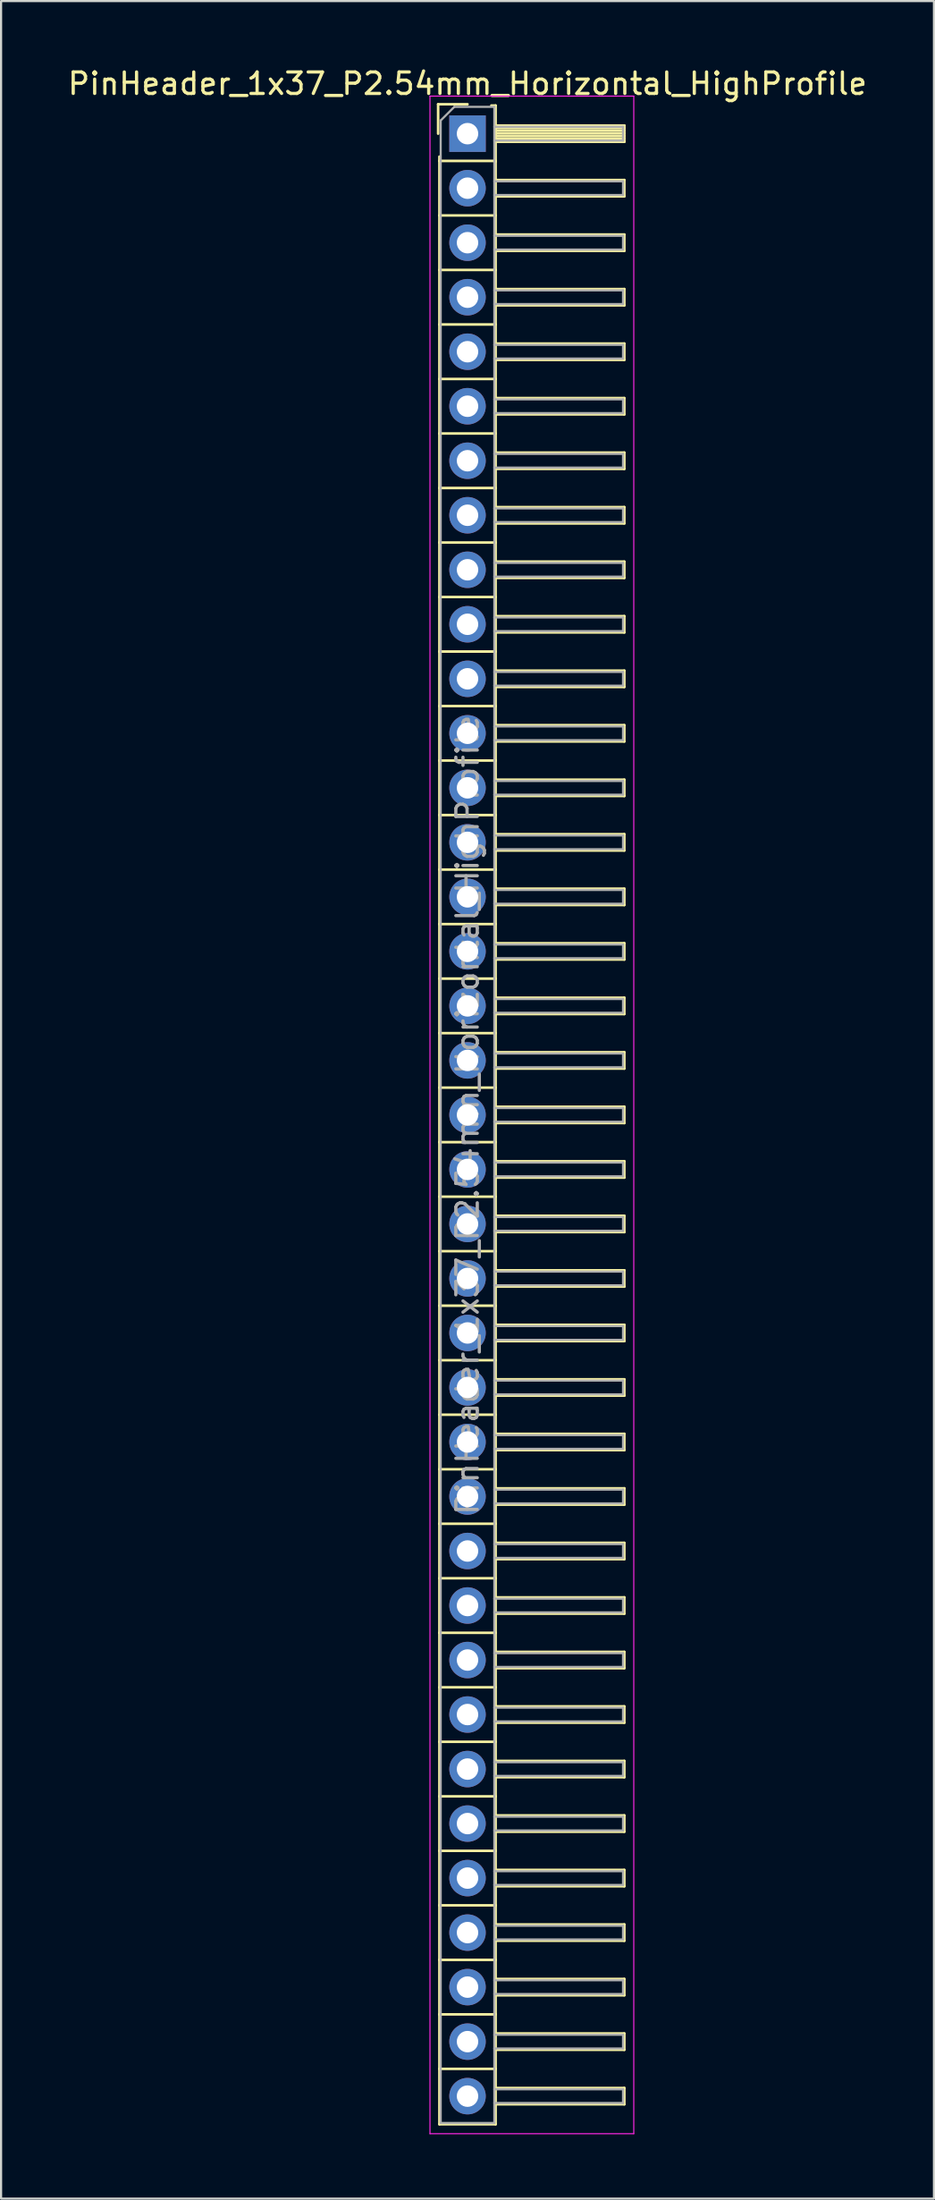
<source format=kicad_pcb>
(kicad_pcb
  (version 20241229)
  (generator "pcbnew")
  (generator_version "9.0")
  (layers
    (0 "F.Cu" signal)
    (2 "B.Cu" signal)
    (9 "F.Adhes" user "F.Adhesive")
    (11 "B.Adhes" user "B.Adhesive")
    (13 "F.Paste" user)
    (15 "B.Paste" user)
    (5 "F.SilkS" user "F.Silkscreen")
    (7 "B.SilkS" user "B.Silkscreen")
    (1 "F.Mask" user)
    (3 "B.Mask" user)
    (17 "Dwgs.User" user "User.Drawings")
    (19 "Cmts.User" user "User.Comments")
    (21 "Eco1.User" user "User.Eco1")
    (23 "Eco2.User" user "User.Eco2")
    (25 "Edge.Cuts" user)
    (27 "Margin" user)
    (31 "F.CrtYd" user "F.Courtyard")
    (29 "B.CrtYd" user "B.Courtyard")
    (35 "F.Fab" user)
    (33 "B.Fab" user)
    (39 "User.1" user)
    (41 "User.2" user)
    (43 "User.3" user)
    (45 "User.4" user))
  (footprint "PinHeader_1x37_P2.54mm_Horizontal_HighProfile"
    (layer "F.Cu")
    (at 18.744 3.178)
    (property "Reference" "PinHeader_1x37_P2.54mm_Horizontal_HighProfile" (at 0 -2.33 0) (layer "F.SilkS") (effects (font (size 1 1) (thickness 0.15))))
    (attr through_hole)
    (fp_line (start -1.37 -1.37) (end -1.37 0) (stroke (width 0.12) (type solid)) (layer "F.SilkS"))
    (fp_line (start -1.37 -1.37) (end 0 -1.37) (stroke (width 0.12) (type solid)) (layer "F.SilkS"))
    (fp_line (start -1.31 1.27) (end -1.31 1.07) (stroke (width 0.12) (type solid)) (layer "F.SilkS"))
    (fp_line (start -1.31 1.27) (end -1.31 3.81) (stroke (width 0.12) (type solid)) (layer "F.SilkS"))
    (fp_line (start -1.31 1.27) (end 1.31 1.27) (stroke (width 0.12) (type solid)) (layer "F.SilkS"))
    (fp_line (start -1.31 3.81) (end -1.31 6.35) (stroke (width 0.12) (type solid)) (layer "F.SilkS"))
    (fp_line (start -1.31 3.81) (end 1.31 3.81) (stroke (width 0.12) (type solid)) (layer "F.SilkS"))
    (fp_line (start -1.31 6.35) (end -1.31 8.89) (stroke (width 0.12) (type solid)) (layer "F.SilkS"))
    (fp_line (start -1.31 6.35) (end 1.31 6.35) (stroke (width 0.12) (type solid)) (layer "F.SilkS"))
    (fp_line (start -1.31 8.89) (end -1.31 11.43) (stroke (width 0.12) (type solid)) (layer "F.SilkS"))
    (fp_line (start -1.31 8.89) (end 1.31 8.89) (stroke (width 0.12) (type solid)) (layer "F.SilkS"))
    (fp_line (start -1.31 11.43) (end -1.31 13.97) (stroke (width 0.12) (type solid)) (layer "F.SilkS"))
    (fp_line (start -1.31 11.43) (end 1.31 11.43) (stroke (width 0.12) (type solid)) (layer "F.SilkS"))
    (fp_line (start -1.31 13.97) (end -1.31 16.51) (stroke (width 0.12) (type solid)) (layer "F.SilkS"))
    (fp_line (start -1.31 13.97) (end 1.31 13.97) (stroke (width 0.12) (type solid)) (layer "F.SilkS"))
    (fp_line (start -1.31 16.51) (end -1.31 19.05) (stroke (width 0.12) (type solid)) (layer "F.SilkS"))
    (fp_line (start -1.31 16.51) (end 1.31 16.51) (stroke (width 0.12) (type solid)) (layer "F.SilkS"))
    (fp_line (start -1.31 19.05) (end -1.31 21.59) (stroke (width 0.12) (type solid)) (layer "F.SilkS"))
    (fp_line (start -1.31 19.05) (end 1.31 19.05) (stroke (width 0.12) (type solid)) (layer "F.SilkS"))
    (fp_line (start -1.31 21.59) (end -1.31 24.13) (stroke (width 0.12) (type solid)) (layer "F.SilkS"))
    (fp_line (start -1.31 21.59) (end 1.31 21.59) (stroke (width 0.12) (type solid)) (layer "F.SilkS"))
    (fp_line (start -1.31 24.13) (end -1.31 26.67) (stroke (width 0.12) (type solid)) (layer "F.SilkS"))
    (fp_line (start -1.31 24.13) (end 1.31 24.13) (stroke (width 0.12) (type solid)) (layer "F.SilkS"))
    (fp_line (start -1.31 26.67) (end -1.31 29.21) (stroke (width 0.12) (type solid)) (layer "F.SilkS"))
    (fp_line (start -1.31 26.67) (end 1.31 26.67) (stroke (width 0.12) (type solid)) (layer "F.SilkS"))
    (fp_line (start -1.31 29.21) (end -1.31 31.75) (stroke (width 0.12) (type solid)) (layer "F.SilkS"))
    (fp_line (start -1.31 29.21) (end 1.31 29.21) (stroke (width 0.12) (type solid)) (layer "F.SilkS"))
    (fp_line (start -1.31 31.75) (end -1.31 34.29) (stroke (width 0.12) (type solid)) (layer "F.SilkS"))
    (fp_line (start -1.31 31.75) (end 1.31 31.75) (stroke (width 0.12) (type solid)) (layer "F.SilkS"))
    (fp_line (start -1.31 34.29) (end -1.31 36.83) (stroke (width 0.12) (type solid)) (layer "F.SilkS"))
    (fp_line (start -1.31 34.29) (end 1.31 34.29) (stroke (width 0.12) (type solid)) (layer "F.SilkS"))
    (fp_line (start -1.31 36.83) (end -1.31 39.37) (stroke (width 0.12) (type solid)) (layer "F.SilkS"))
    (fp_line (start -1.31 36.83) (end 1.31 36.83) (stroke (width 0.12) (type solid)) (layer "F.SilkS"))
    (fp_line (start -1.31 39.37) (end -1.31 41.91) (stroke (width 0.12) (type solid)) (layer "F.SilkS"))
    (fp_line (start -1.31 39.37) (end 1.31 39.37) (stroke (width 0.12) (type solid)) (layer "F.SilkS"))
    (fp_line (start -1.31 41.91) (end -1.31 44.45) (stroke (width 0.12) (type solid)) (layer "F.SilkS"))
    (fp_line (start -1.31 41.91) (end 1.31 41.91) (stroke (width 0.12) (type solid)) (layer "F.SilkS"))
    (fp_line (start -1.31 44.45) (end -1.31 46.99) (stroke (width 0.12) (type solid)) (layer "F.SilkS"))
    (fp_line (start -1.31 44.45) (end 1.31 44.45) (stroke (width 0.12) (type solid)) (layer "F.SilkS"))
    (fp_line (start -1.31 46.99) (end -1.31 49.53) (stroke (width 0.12) (type solid)) (layer "F.SilkS"))
    (fp_line (start -1.31 46.99) (end 1.31 46.99) (stroke (width 0.12) (type solid)) (layer "F.SilkS"))
    (fp_line (start -1.31 49.53) (end -1.31 52.07) (stroke (width 0.12) (type solid)) (layer "F.SilkS"))
    (fp_line (start -1.31 49.53) (end 1.31 49.53) (stroke (width 0.12) (type solid)) (layer "F.SilkS"))
    (fp_line (start -1.31 52.07) (end -1.31 54.61) (stroke (width 0.12) (type solid)) (layer "F.SilkS"))
    (fp_line (start -1.31 52.07) (end 1.31 52.07) (stroke (width 0.12) (type solid)) (layer "F.SilkS"))
    (fp_line (start -1.31 54.61) (end -1.31 57.15) (stroke (width 0.12) (type solid)) (layer "F.SilkS"))
    (fp_line (start -1.31 54.61) (end 1.31 54.61) (stroke (width 0.12) (type solid)) (layer "F.SilkS"))
    (fp_line (start -1.31 57.15) (end -1.31 59.69) (stroke (width 0.12) (type solid)) (layer "F.SilkS"))
    (fp_line (start -1.31 57.15) (end 1.31 57.15) (stroke (width 0.12) (type solid)) (layer "F.SilkS"))
    (fp_line (start -1.31 59.69) (end -1.31 62.23) (stroke (width 0.12) (type solid)) (layer "F.SilkS"))
    (fp_line (start -1.31 59.69) (end 1.31 59.69) (stroke (width 0.12) (type solid)) (layer "F.SilkS"))
    (fp_line (start -1.31 62.23) (end -1.31 64.77) (stroke (width 0.12) (type solid)) (layer "F.SilkS"))
    (fp_line (start -1.31 62.23) (end 1.31 62.23) (stroke (width 0.12) (type solid)) (layer "F.SilkS"))
    (fp_line (start -1.31 64.77) (end -1.31 67.31) (stroke (width 0.12) (type solid)) (layer "F.SilkS"))
    (fp_line (start -1.31 64.77) (end 1.31 64.77) (stroke (width 0.12) (type solid)) (layer "F.SilkS"))
    (fp_line (start -1.31 67.31) (end -1.31 69.85) (stroke (width 0.12) (type solid)) (layer "F.SilkS"))
    (fp_line (start -1.31 67.31) (end 1.31 67.31) (stroke (width 0.12) (type solid)) (layer "F.SilkS"))
    (fp_line (start -1.31 69.85) (end -1.31 72.39) (stroke (width 0.12) (type solid)) (layer "F.SilkS"))
    (fp_line (start -1.31 69.85) (end 1.31 69.85) (stroke (width 0.12) (type solid)) (layer "F.SilkS"))
    (fp_line (start -1.31 72.39) (end -1.31 74.93) (stroke (width 0.12) (type solid)) (layer "F.SilkS"))
    (fp_line (start -1.31 72.39) (end 1.31 72.39) (stroke (width 0.12) (type solid)) (layer "F.SilkS"))
    (fp_line (start -1.31 74.93) (end -1.31 77.47) (stroke (width 0.12) (type solid)) (layer "F.SilkS"))
    (fp_line (start -1.31 74.93) (end 1.31 74.93) (stroke (width 0.12) (type solid)) (layer "F.SilkS"))
    (fp_line (start -1.31 77.47) (end -1.31 80.01) (stroke (width 0.12) (type solid)) (layer "F.SilkS"))
    (fp_line (start -1.31 77.47) (end 1.31 77.47) (stroke (width 0.12) (type solid)) (layer "F.SilkS"))
    (fp_line (start -1.31 80.01) (end -1.31 82.55) (stroke (width 0.12) (type solid)) (layer "F.SilkS"))
    (fp_line (start -1.31 80.01) (end 1.31 80.01) (stroke (width 0.12) (type solid)) (layer "F.SilkS"))
    (fp_line (start -1.31 82.55) (end -1.31 85.09) (stroke (width 0.12) (type solid)) (layer "F.SilkS"))
    (fp_line (start -1.31 82.55) (end 1.31 82.55) (stroke (width 0.12) (type solid)) (layer "F.SilkS"))
    (fp_line (start -1.31 85.09) (end -1.31 87.63) (stroke (width 0.12) (type solid)) (layer "F.SilkS"))
    (fp_line (start -1.31 85.09) (end 1.31 85.09) (stroke (width 0.12) (type solid)) (layer "F.SilkS"))
    (fp_line (start -1.31 87.63) (end -1.31 90.17) (stroke (width 0.12) (type solid)) (layer "F.SilkS"))
    (fp_line (start -1.31 87.63) (end 1.31 87.63) (stroke (width 0.12) (type solid)) (layer "F.SilkS"))
    (fp_line (start -1.31 90.17) (end -1.31 92.75) (stroke (width 0.12) (type solid)) (layer "F.SilkS"))
    (fp_line (start -1.31 90.17) (end 1.31 90.17) (stroke (width 0.12) (type solid)) (layer "F.SilkS"))
    (fp_line (start -1.31 92.75) (end 1.31 92.75) (stroke (width 0.12) (type solid)) (layer "F.SilkS"))
    (fp_line (start 1.11 -1.31) (end 1.31 -1.31) (stroke (width 0.12) (type solid)) (layer "F.SilkS"))
    (fp_line (start 1.31 -1.31) (end 1.31 1.31) (stroke (width 0.12) (type solid)) (layer "F.SilkS"))
    (fp_line (start 1.31 -0.38) (end 7.31 -0.38) (stroke (width 0.12) (type solid)) (layer "F.SilkS"))
    (fp_line (start 1.31 -0.26) (end 7.31 -0.26) (stroke (width 0.12) (type solid)) (layer "F.SilkS"))
    (fp_line (start 1.31 -0.14) (end 7.31 -0.14) (stroke (width 0.12) (type solid)) (layer "F.SilkS"))
    (fp_line (start 1.31 -0.02) (end 7.31 -0.02) (stroke (width 0.12) (type solid)) (layer "F.SilkS"))
    (fp_line (start 1.31 0.1) (end 7.31 0.1) (stroke (width 0.12) (type solid)) (layer "F.SilkS"))
    (fp_line (start 1.31 0.22) (end 7.31 0.22) (stroke (width 0.12) (type solid)) (layer "F.SilkS"))
    (fp_line (start 1.31 0.34) (end 7.31 0.34) (stroke (width 0.12) (type solid)) (layer "F.SilkS"))
    (fp_line (start 1.31 0.38) (end 7.31 0.38) (stroke (width 0.12) (type solid)) (layer "F.SilkS"))
    (fp_line (start 1.31 1.27) (end 1.31 3.81) (stroke (width 0.12) (type solid)) (layer "F.SilkS"))
    (fp_line (start 1.31 2.16) (end 7.31 2.16) (stroke (width 0.12) (type solid)) (layer "F.SilkS"))
    (fp_line (start 1.31 2.92) (end 7.31 2.92) (stroke (width 0.12) (type solid)) (layer "F.SilkS"))
    (fp_line (start 1.31 3.81) (end 1.31 6.35) (stroke (width 0.12) (type solid)) (layer "F.SilkS"))
    (fp_line (start 1.31 4.7) (end 7.31 4.7) (stroke (width 0.12) (type solid)) (layer "F.SilkS"))
    (fp_line (start 1.31 5.46) (end 7.31 5.46) (stroke (width 0.12) (type solid)) (layer "F.SilkS"))
    (fp_line (start 1.31 6.35) (end 1.31 8.89) (stroke (width 0.12) (type solid)) (layer "F.SilkS"))
    (fp_line (start 1.31 7.24) (end 7.31 7.24) (stroke (width 0.12) (type solid)) (layer "F.SilkS"))
    (fp_line (start 1.31 8) (end 7.31 8) (stroke (width 0.12) (type solid)) (layer "F.SilkS"))
    (fp_line (start 1.31 8.89) (end 1.31 11.43) (stroke (width 0.12) (type solid)) (layer "F.SilkS"))
    (fp_line (start 1.31 9.78) (end 7.31 9.78) (stroke (width 0.12) (type solid)) (layer "F.SilkS"))
    (fp_line (start 1.31 10.54) (end 7.31 10.54) (stroke (width 0.12) (type solid)) (layer "F.SilkS"))
    (fp_line (start 1.31 11.43) (end 1.31 13.97) (stroke (width 0.12) (type solid)) (layer "F.SilkS"))
    (fp_line (start 1.31 12.32) (end 7.31 12.32) (stroke (width 0.12) (type solid)) (layer "F.SilkS"))
    (fp_line (start 1.31 13.08) (end 7.31 13.08) (stroke (width 0.12) (type solid)) (layer "F.SilkS"))
    (fp_line (start 1.31 13.97) (end 1.31 16.51) (stroke (width 0.12) (type solid)) (layer "F.SilkS"))
    (fp_line (start 1.31 14.86) (end 7.31 14.86) (stroke (width 0.12) (type solid)) (layer "F.SilkS"))
    (fp_line (start 1.31 15.62) (end 7.31 15.62) (stroke (width 0.12) (type solid)) (layer "F.SilkS"))
    (fp_line (start 1.31 16.51) (end 1.31 19.05) (stroke (width 0.12) (type solid)) (layer "F.SilkS"))
    (fp_line (start 1.31 17.4) (end 7.31 17.4) (stroke (width 0.12) (type solid)) (layer "F.SilkS"))
    (fp_line (start 1.31 18.16) (end 7.31 18.16) (stroke (width 0.12) (type solid)) (layer "F.SilkS"))
    (fp_line (start 1.31 19.05) (end 1.31 21.59) (stroke (width 0.12) (type solid)) (layer "F.SilkS"))
    (fp_line (start 1.31 19.94) (end 7.31 19.94) (stroke (width 0.12) (type solid)) (layer "F.SilkS"))
    (fp_line (start 1.31 20.7) (end 7.31 20.7) (stroke (width 0.12) (type solid)) (layer "F.SilkS"))
    (fp_line (start 1.31 21.59) (end 1.31 24.13) (stroke (width 0.12) (type solid)) (layer "F.SilkS"))
    (fp_line (start 1.31 22.48) (end 7.31 22.48) (stroke (width 0.12) (type solid)) (layer "F.SilkS"))
    (fp_line (start 1.31 23.24) (end 7.31 23.24) (stroke (width 0.12) (type solid)) (layer "F.SilkS"))
    (fp_line (start 1.31 24.13) (end 1.31 26.67) (stroke (width 0.12) (type solid)) (layer "F.SilkS"))
    (fp_line (start 1.31 25.02) (end 7.31 25.02) (stroke (width 0.12) (type solid)) (layer "F.SilkS"))
    (fp_line (start 1.31 25.78) (end 7.31 25.78) (stroke (width 0.12) (type solid)) (layer "F.SilkS"))
    (fp_line (start 1.31 26.67) (end 1.31 29.21) (stroke (width 0.12) (type solid)) (layer "F.SilkS"))
    (fp_line (start 1.31 27.56) (end 7.31 27.56) (stroke (width 0.12) (type solid)) (layer "F.SilkS"))
    (fp_line (start 1.31 28.32) (end 7.31 28.32) (stroke (width 0.12) (type solid)) (layer "F.SilkS"))
    (fp_line (start 1.31 29.21) (end 1.31 31.75) (stroke (width 0.12) (type solid)) (layer "F.SilkS"))
    (fp_line (start 1.31 30.1) (end 7.31 30.1) (stroke (width 0.12) (type solid)) (layer "F.SilkS"))
    (fp_line (start 1.31 30.86) (end 7.31 30.86) (stroke (width 0.12) (type solid)) (layer "F.SilkS"))
    (fp_line (start 1.31 31.75) (end 1.31 34.29) (stroke (width 0.12) (type solid)) (layer "F.SilkS"))
    (fp_line (start 1.31 32.64) (end 7.31 32.64) (stroke (width 0.12) (type solid)) (layer "F.SilkS"))
    (fp_line (start 1.31 33.4) (end 7.31 33.4) (stroke (width 0.12) (type solid)) (layer "F.SilkS"))
    (fp_line (start 1.31 34.29) (end 1.31 36.83) (stroke (width 0.12) (type solid)) (layer "F.SilkS"))
    (fp_line (start 1.31 35.18) (end 7.31 35.18) (stroke (width 0.12) (type solid)) (layer "F.SilkS"))
    (fp_line (start 1.31 35.94) (end 7.31 35.94) (stroke (width 0.12) (type solid)) (layer "F.SilkS"))
    (fp_line (start 1.31 36.83) (end 1.31 39.37) (stroke (width 0.12) (type solid)) (layer "F.SilkS"))
    (fp_line (start 1.31 37.72) (end 7.31 37.72) (stroke (width 0.12) (type solid)) (layer "F.SilkS"))
    (fp_line (start 1.31 38.48) (end 7.31 38.48) (stroke (width 0.12) (type solid)) (layer "F.SilkS"))
    (fp_line (start 1.31 39.37) (end 1.31 41.91) (stroke (width 0.12) (type solid)) (layer "F.SilkS"))
    (fp_line (start 1.31 40.26) (end 7.31 40.26) (stroke (width 0.12) (type solid)) (layer "F.SilkS"))
    (fp_line (start 1.31 41.02) (end 7.31 41.02) (stroke (width 0.12) (type solid)) (layer "F.SilkS"))
    (fp_line (start 1.31 41.91) (end 1.31 44.45) (stroke (width 0.12) (type solid)) (layer "F.SilkS"))
    (fp_line (start 1.31 42.8) (end 7.31 42.8) (stroke (width 0.12) (type solid)) (layer "F.SilkS"))
    (fp_line (start 1.31 43.56) (end 7.31 43.56) (stroke (width 0.12) (type solid)) (layer "F.SilkS"))
    (fp_line (start 1.31 44.45) (end 1.31 46.99) (stroke (width 0.12) (type solid)) (layer "F.SilkS"))
    (fp_line (start 1.31 45.34) (end 7.31 45.34) (stroke (width 0.12) (type solid)) (layer "F.SilkS"))
    (fp_line (start 1.31 46.1) (end 7.31 46.1) (stroke (width 0.12) (type solid)) (layer "F.SilkS"))
    (fp_line (start 1.31 46.99) (end 1.31 49.53) (stroke (width 0.12) (type solid)) (layer "F.SilkS"))
    (fp_line (start 1.31 47.88) (end 7.31 47.88) (stroke (width 0.12) (type solid)) (layer "F.SilkS"))
    (fp_line (start 1.31 48.64) (end 7.31 48.64) (stroke (width 0.12) (type solid)) (layer "F.SilkS"))
    (fp_line (start 1.31 49.53) (end 1.31 52.07) (stroke (width 0.12) (type solid)) (layer "F.SilkS"))
    (fp_line (start 1.31 50.42) (end 7.31 50.42) (stroke (width 0.12) (type solid)) (layer "F.SilkS"))
    (fp_line (start 1.31 51.18) (end 7.31 51.18) (stroke (width 0.12) (type solid)) (layer "F.SilkS"))
    (fp_line (start 1.31 52.07) (end 1.31 54.61) (stroke (width 0.12) (type solid)) (layer "F.SilkS"))
    (fp_line (start 1.31 52.96) (end 7.31 52.96) (stroke (width 0.12) (type solid)) (layer "F.SilkS"))
    (fp_line (start 1.31 53.72) (end 7.31 53.72) (stroke (width 0.12) (type solid)) (layer "F.SilkS"))
    (fp_line (start 1.31 54.61) (end 1.31 57.15) (stroke (width 0.12) (type solid)) (layer "F.SilkS"))
    (fp_line (start 1.31 55.5) (end 7.31 55.5) (stroke (width 0.12) (type solid)) (layer "F.SilkS"))
    (fp_line (start 1.31 56.26) (end 7.31 56.26) (stroke (width 0.12) (type solid)) (layer "F.SilkS"))
    (fp_line (start 1.31 57.15) (end 1.31 59.69) (stroke (width 0.12) (type solid)) (layer "F.SilkS"))
    (fp_line (start 1.31 58.04) (end 7.31 58.04) (stroke (width 0.12) (type solid)) (layer "F.SilkS"))
    (fp_line (start 1.31 58.8) (end 7.31 58.8) (stroke (width 0.12) (type solid)) (layer "F.SilkS"))
    (fp_line (start 1.31 59.69) (end 1.31 62.23) (stroke (width 0.12) (type solid)) (layer "F.SilkS"))
    (fp_line (start 1.31 60.58) (end 7.31 60.58) (stroke (width 0.12) (type solid)) (layer "F.SilkS"))
    (fp_line (start 1.31 61.34) (end 7.31 61.34) (stroke (width 0.12) (type solid)) (layer "F.SilkS"))
    (fp_line (start 1.31 62.23) (end 1.31 64.77) (stroke (width 0.12) (type solid)) (layer "F.SilkS"))
    (fp_line (start 1.31 63.12) (end 7.31 63.12) (stroke (width 0.12) (type solid)) (layer "F.SilkS"))
    (fp_line (start 1.31 63.88) (end 7.31 63.88) (stroke (width 0.12) (type solid)) (layer "F.SilkS"))
    (fp_line (start 1.31 64.77) (end 1.31 67.31) (stroke (width 0.12) (type solid)) (layer "F.SilkS"))
    (fp_line (start 1.31 65.66) (end 7.31 65.66) (stroke (width 0.12) (type solid)) (layer "F.SilkS"))
    (fp_line (start 1.31 66.42) (end 7.31 66.42) (stroke (width 0.12) (type solid)) (layer "F.SilkS"))
    (fp_line (start 1.31 67.31) (end 1.31 69.85) (stroke (width 0.12) (type solid)) (layer "F.SilkS"))
    (fp_line (start 1.31 68.2) (end 7.31 68.2) (stroke (width 0.12) (type solid)) (layer "F.SilkS"))
    (fp_line (start 1.31 68.96) (end 7.31 68.96) (stroke (width 0.12) (type solid)) (layer "F.SilkS"))
    (fp_line (start 1.31 69.85) (end 1.31 72.39) (stroke (width 0.12) (type solid)) (layer "F.SilkS"))
    (fp_line (start 1.31 70.74) (end 7.31 70.74) (stroke (width 0.12) (type solid)) (layer "F.SilkS"))
    (fp_line (start 1.31 71.5) (end 7.31 71.5) (stroke (width 0.12) (type solid)) (layer "F.SilkS"))
    (fp_line (start 1.31 72.39) (end 1.31 74.93) (stroke (width 0.12) (type solid)) (layer "F.SilkS"))
    (fp_line (start 1.31 73.28) (end 7.31 73.28) (stroke (width 0.12) (type solid)) (layer "F.SilkS"))
    (fp_line (start 1.31 74.04) (end 7.31 74.04) (stroke (width 0.12) (type solid)) (layer "F.SilkS"))
    (fp_line (start 1.31 74.93) (end 1.31 77.47) (stroke (width 0.12) (type solid)) (layer "F.SilkS"))
    (fp_line (start 1.31 75.82) (end 7.31 75.82) (stroke (width 0.12) (type solid)) (layer "F.SilkS"))
    (fp_line (start 1.31 76.58) (end 7.31 76.58) (stroke (width 0.12) (type solid)) (layer "F.SilkS"))
    (fp_line (start 1.31 77.47) (end 1.31 80.01) (stroke (width 0.12) (type solid)) (layer "F.SilkS"))
    (fp_line (start 1.31 78.36) (end 7.31 78.36) (stroke (width 0.12) (type solid)) (layer "F.SilkS"))
    (fp_line (start 1.31 79.12) (end 7.31 79.12) (stroke (width 0.12) (type solid)) (layer "F.SilkS"))
    (fp_line (start 1.31 80.01) (end 1.31 82.55) (stroke (width 0.12) (type solid)) (layer "F.SilkS"))
    (fp_line (start 1.31 80.9) (end 7.31 80.9) (stroke (width 0.12) (type solid)) (layer "F.SilkS"))
    (fp_line (start 1.31 81.66) (end 7.31 81.66) (stroke (width 0.12) (type solid)) (layer "F.SilkS"))
    (fp_line (start 1.31 82.55) (end 1.31 85.09) (stroke (width 0.12) (type solid)) (layer "F.SilkS"))
    (fp_line (start 1.31 83.44) (end 7.31 83.44) (stroke (width 0.12) (type solid)) (layer "F.SilkS"))
    (fp_line (start 1.31 84.2) (end 7.31 84.2) (stroke (width 0.12) (type solid)) (layer "F.SilkS"))
    (fp_line (start 1.31 85.09) (end 1.31 87.63) (stroke (width 0.12) (type solid)) (layer "F.SilkS"))
    (fp_line (start 1.31 85.98) (end 7.31 85.98) (stroke (width 0.12) (type solid)) (layer "F.SilkS"))
    (fp_line (start 1.31 86.74) (end 7.31 86.74) (stroke (width 0.12) (type solid)) (layer "F.SilkS"))
    (fp_line (start 1.31 87.63) (end 1.31 90.17) (stroke (width 0.12) (type solid)) (layer "F.SilkS"))
    (fp_line (start 1.31 88.52) (end 7.31 88.52) (stroke (width 0.12) (type solid)) (layer "F.SilkS"))
    (fp_line (start 1.31 89.28) (end 7.31 89.28) (stroke (width 0.12) (type solid)) (layer "F.SilkS"))
    (fp_line (start 1.31 90.17) (end 1.31 92.75) (stroke (width 0.12) (type solid)) (layer "F.SilkS"))
    (fp_line (start 1.31 91.06) (end 7.31 91.06) (stroke (width 0.12) (type solid)) (layer "F.SilkS"))
    (fp_line (start 1.31 91.82) (end 7.31 91.82) (stroke (width 0.12) (type solid)) (layer "F.SilkS"))
    (fp_line (start 7.31 -0.38) (end 7.31 0.38) (stroke (width 0.12) (type solid)) (layer "F.SilkS"))
    (fp_line (start 7.31 2.16) (end 7.31 2.92) (stroke (width 0.12) (type solid)) (layer "F.SilkS"))
    (fp_line (start 7.31 4.7) (end 7.31 5.46) (stroke (width 0.12) (type solid)) (layer "F.SilkS"))
    (fp_line (start 7.31 7.24) (end 7.31 8) (stroke (width 0.12) (type solid)) (layer "F.SilkS"))
    (fp_line (start 7.31 9.78) (end 7.31 10.54) (stroke (width 0.12) (type solid)) (layer "F.SilkS"))
    (fp_line (start 7.31 12.32) (end 7.31 13.08) (stroke (width 0.12) (type solid)) (layer "F.SilkS"))
    (fp_line (start 7.31 14.86) (end 7.31 15.62) (stroke (width 0.12) (type solid)) (layer "F.SilkS"))
    (fp_line (start 7.31 17.4) (end 7.31 18.16) (stroke (width 0.12) (type solid)) (layer "F.SilkS"))
    (fp_line (start 7.31 19.94) (end 7.31 20.7) (stroke (width 0.12) (type solid)) (layer "F.SilkS"))
    (fp_line (start 7.31 22.48) (end 7.31 23.24) (stroke (width 0.12) (type solid)) (layer "F.SilkS"))
    (fp_line (start 7.31 25.02) (end 7.31 25.78) (stroke (width 0.12) (type solid)) (layer "F.SilkS"))
    (fp_line (start 7.31 27.56) (end 7.31 28.32) (stroke (width 0.12) (type solid)) (layer "F.SilkS"))
    (fp_line (start 7.31 30.1) (end 7.31 30.86) (stroke (width 0.12) (type solid)) (layer "F.SilkS"))
    (fp_line (start 7.31 32.64) (end 7.31 33.4) (stroke (width 0.12) (type solid)) (layer "F.SilkS"))
    (fp_line (start 7.31 35.18) (end 7.31 35.94) (stroke (width 0.12) (type solid)) (layer "F.SilkS"))
    (fp_line (start 7.31 37.72) (end 7.31 38.48) (stroke (width 0.12) (type solid)) (layer "F.SilkS"))
    (fp_line (start 7.31 40.26) (end 7.31 41.02) (stroke (width 0.12) (type solid)) (layer "F.SilkS"))
    (fp_line (start 7.31 42.8) (end 7.31 43.56) (stroke (width 0.12) (type solid)) (layer "F.SilkS"))
    (fp_line (start 7.31 45.34) (end 7.31 46.1) (stroke (width 0.12) (type solid)) (layer "F.SilkS"))
    (fp_line (start 7.31 47.88) (end 7.31 48.64) (stroke (width 0.12) (type solid)) (layer "F.SilkS"))
    (fp_line (start 7.31 50.42) (end 7.31 51.18) (stroke (width 0.12) (type solid)) (layer "F.SilkS"))
    (fp_line (start 7.31 52.96) (end 7.31 53.72) (stroke (width 0.12) (type solid)) (layer "F.SilkS"))
    (fp_line (start 7.31 55.5) (end 7.31 56.26) (stroke (width 0.12) (type solid)) (layer "F.SilkS"))
    (fp_line (start 7.31 58.04) (end 7.31 58.8) (stroke (width 0.12) (type solid)) (layer "F.SilkS"))
    (fp_line (start 7.31 60.58) (end 7.31 61.34) (stroke (width 0.12) (type solid)) (layer "F.SilkS"))
    (fp_line (start 7.31 63.12) (end 7.31 63.88) (stroke (width 0.12) (type solid)) (layer "F.SilkS"))
    (fp_line (start 7.31 65.66) (end 7.31 66.42) (stroke (width 0.12) (type solid)) (layer "F.SilkS"))
    (fp_line (start 7.31 68.2) (end 7.31 68.96) (stroke (width 0.12) (type solid)) (layer "F.SilkS"))
    (fp_line (start 7.31 70.74) (end 7.31 71.5) (stroke (width 0.12) (type solid)) (layer "F.SilkS"))
    (fp_line (start 7.31 73.28) (end 7.31 74.04) (stroke (width 0.12) (type solid)) (layer "F.SilkS"))
    (fp_line (start 7.31 75.82) (end 7.31 76.58) (stroke (width 0.12) (type solid)) (layer "F.SilkS"))
    (fp_line (start 7.31 78.36) (end 7.31 79.12) (stroke (width 0.12) (type solid)) (layer "F.SilkS"))
    (fp_line (start 7.31 80.9) (end 7.31 81.66) (stroke (width 0.12) (type solid)) (layer "F.SilkS"))
    (fp_line (start 7.31 83.44) (end 7.31 84.2) (stroke (width 0.12) (type solid)) (layer "F.SilkS"))
    (fp_line (start 7.31 85.98) (end 7.31 86.74) (stroke (width 0.12) (type solid)) (layer "F.SilkS"))
    (fp_line (start 7.31 88.52) (end 7.31 89.28) (stroke (width 0.12) (type solid)) (layer "F.SilkS"))
    (fp_line (start 7.31 91.06) (end 7.31 91.82) (stroke (width 0.12) (type solid)) (layer "F.SilkS"))
    (fp_line (start -1.75 -1.75) (end -1.75 93.19) (stroke (width 0.05) (type solid)) (layer "F.CrtYd"))
    (fp_line (start -1.75 -1.75) (end 7.75 -1.75) (stroke (width 0.05) (type solid)) (layer "F.CrtYd"))
    (fp_line (start -1.75 93.19) (end 7.75 93.19) (stroke (width 0.05) (type solid)) (layer "F.CrtYd"))
    (fp_line (start 7.75 -1.75) (end 7.75 93.19) (stroke (width 0.05) (type solid)) (layer "F.CrtYd"))
    (fp_line (start -1.25 -0.615) (end -1.25 92.69) (stroke (width 0.1) (type solid)) (layer "F.Fab"))
    (fp_line (start -1.25 -0.615) (end -0.615 -1.25) (stroke (width 0.1) (type solid)) (layer "F.Fab"))
    (fp_line (start -1.25 92.69) (end 1.25 92.69) (stroke (width 0.1) (type solid)) (layer "F.Fab"))
    (fp_line (start -0.615 -1.25) (end 1.25 -1.25) (stroke (width 0.1) (type solid)) (layer "F.Fab"))
    (fp_line (start 1.25 -1.25) (end 1.25 92.69) (stroke (width 0.1) (type solid)) (layer "F.Fab"))
    (fp_line (start 1.25 -0.32) (end 7.25 -0.32) (stroke (width 0.1) (type solid)) (layer "F.Fab"))
    (fp_line (start 1.25 0.32) (end 7.25 0.32) (stroke (width 0.1) (type solid)) (layer "F.Fab"))
    (fp_line (start 1.25 2.22) (end 7.25 2.22) (stroke (width 0.1) (type solid)) (layer "F.Fab"))
    (fp_line (start 1.25 2.86) (end 7.25 2.86) (stroke (width 0.1) (type solid)) (layer "F.Fab"))
    (fp_line (start 1.25 4.76) (end 7.25 4.76) (stroke (width 0.1) (type solid)) (layer "F.Fab"))
    (fp_line (start 1.25 5.4) (end 7.25 5.4) (stroke (width 0.1) (type solid)) (layer "F.Fab"))
    (fp_line (start 1.25 7.3) (end 7.25 7.3) (stroke (width 0.1) (type solid)) (layer "F.Fab"))
    (fp_line (start 1.25 7.94) (end 7.25 7.94) (stroke (width 0.1) (type solid)) (layer "F.Fab"))
    (fp_line (start 1.25 9.84) (end 7.25 9.84) (stroke (width 0.1) (type solid)) (layer "F.Fab"))
    (fp_line (start 1.25 10.48) (end 7.25 10.48) (stroke (width 0.1) (type solid)) (layer "F.Fab"))
    (fp_line (start 1.25 12.38) (end 7.25 12.38) (stroke (width 0.1) (type solid)) (layer "F.Fab"))
    (fp_line (start 1.25 13.02) (end 7.25 13.02) (stroke (width 0.1) (type solid)) (layer "F.Fab"))
    (fp_line (start 1.25 14.92) (end 7.25 14.92) (stroke (width 0.1) (type solid)) (layer "F.Fab"))
    (fp_line (start 1.25 15.56) (end 7.25 15.56) (stroke (width 0.1) (type solid)) (layer "F.Fab"))
    (fp_line (start 1.25 17.46) (end 7.25 17.46) (stroke (width 0.1) (type solid)) (layer "F.Fab"))
    (fp_line (start 1.25 18.1) (end 7.25 18.1) (stroke (width 0.1) (type solid)) (layer "F.Fab"))
    (fp_line (start 1.25 20) (end 7.25 20) (stroke (width 0.1) (type solid)) (layer "F.Fab"))
    (fp_line (start 1.25 20.64) (end 7.25 20.64) (stroke (width 0.1) (type solid)) (layer "F.Fab"))
    (fp_line (start 1.25 22.54) (end 7.25 22.54) (stroke (width 0.1) (type solid)) (layer "F.Fab"))
    (fp_line (start 1.25 23.18) (end 7.25 23.18) (stroke (width 0.1) (type solid)) (layer "F.Fab"))
    (fp_line (start 1.25 25.08) (end 7.25 25.08) (stroke (width 0.1) (type solid)) (layer "F.Fab"))
    (fp_line (start 1.25 25.72) (end 7.25 25.72) (stroke (width 0.1) (type solid)) (layer "F.Fab"))
    (fp_line (start 1.25 27.62) (end 7.25 27.62) (stroke (width 0.1) (type solid)) (layer "F.Fab"))
    (fp_line (start 1.25 28.26) (end 7.25 28.26) (stroke (width 0.1) (type solid)) (layer "F.Fab"))
    (fp_line (start 1.25 30.16) (end 7.25 30.16) (stroke (width 0.1) (type solid)) (layer "F.Fab"))
    (fp_line (start 1.25 30.8) (end 7.25 30.8) (stroke (width 0.1) (type solid)) (layer "F.Fab"))
    (fp_line (start 1.25 32.7) (end 7.25 32.7) (stroke (width 0.1) (type solid)) (layer "F.Fab"))
    (fp_line (start 1.25 33.34) (end 7.25 33.34) (stroke (width 0.1) (type solid)) (layer "F.Fab"))
    (fp_line (start 1.25 35.24) (end 7.25 35.24) (stroke (width 0.1) (type solid)) (layer "F.Fab"))
    (fp_line (start 1.25 35.88) (end 7.25 35.88) (stroke (width 0.1) (type solid)) (layer "F.Fab"))
    (fp_line (start 1.25 37.78) (end 7.25 37.78) (stroke (width 0.1) (type solid)) (layer "F.Fab"))
    (fp_line (start 1.25 38.42) (end 7.25 38.42) (stroke (width 0.1) (type solid)) (layer "F.Fab"))
    (fp_line (start 1.25 40.32) (end 7.25 40.32) (stroke (width 0.1) (type solid)) (layer "F.Fab"))
    (fp_line (start 1.25 40.96) (end 7.25 40.96) (stroke (width 0.1) (type solid)) (layer "F.Fab"))
    (fp_line (start 1.25 42.86) (end 7.25 42.86) (stroke (width 0.1) (type solid)) (layer "F.Fab"))
    (fp_line (start 1.25 43.5) (end 7.25 43.5) (stroke (width 0.1) (type solid)) (layer "F.Fab"))
    (fp_line (start 1.25 45.4) (end 7.25 45.4) (stroke (width 0.1) (type solid)) (layer "F.Fab"))
    (fp_line (start 1.25 46.04) (end 7.25 46.04) (stroke (width 0.1) (type solid)) (layer "F.Fab"))
    (fp_line (start 1.25 47.94) (end 7.25 47.94) (stroke (width 0.1) (type solid)) (layer "F.Fab"))
    (fp_line (start 1.25 48.58) (end 7.25 48.58) (stroke (width 0.1) (type solid)) (layer "F.Fab"))
    (fp_line (start 1.25 50.48) (end 7.25 50.48) (stroke (width 0.1) (type solid)) (layer "F.Fab"))
    (fp_line (start 1.25 51.12) (end 7.25 51.12) (stroke (width 0.1) (type solid)) (layer "F.Fab"))
    (fp_line (start 1.25 53.02) (end 7.25 53.02) (stroke (width 0.1) (type solid)) (layer "F.Fab"))
    (fp_line (start 1.25 53.66) (end 7.25 53.66) (stroke (width 0.1) (type solid)) (layer "F.Fab"))
    (fp_line (start 1.25 55.56) (end 7.25 55.56) (stroke (width 0.1) (type solid)) (layer "F.Fab"))
    (fp_line (start 1.25 56.2) (end 7.25 56.2) (stroke (width 0.1) (type solid)) (layer "F.Fab"))
    (fp_line (start 1.25 58.1) (end 7.25 58.1) (stroke (width 0.1) (type solid)) (layer "F.Fab"))
    (fp_line (start 1.25 58.74) (end 7.25 58.74) (stroke (width 0.1) (type solid)) (layer "F.Fab"))
    (fp_line (start 1.25 60.64) (end 7.25 60.64) (stroke (width 0.1) (type solid)) (layer "F.Fab"))
    (fp_line (start 1.25 61.28) (end 7.25 61.28) (stroke (width 0.1) (type solid)) (layer "F.Fab"))
    (fp_line (start 1.25 63.18) (end 7.25 63.18) (stroke (width 0.1) (type solid)) (layer "F.Fab"))
    (fp_line (start 1.25 63.82) (end 7.25 63.82) (stroke (width 0.1) (type solid)) (layer "F.Fab"))
    (fp_line (start 1.25 65.72) (end 7.25 65.72) (stroke (width 0.1) (type solid)) (layer "F.Fab"))
    (fp_line (start 1.25 66.36) (end 7.25 66.36) (stroke (width 0.1) (type solid)) (layer "F.Fab"))
    (fp_line (start 1.25 68.26) (end 7.25 68.26) (stroke (width 0.1) (type solid)) (layer "F.Fab"))
    (fp_line (start 1.25 68.9) (end 7.25 68.9) (stroke (width 0.1) (type solid)) (layer "F.Fab"))
    (fp_line (start 1.25 70.8) (end 7.25 70.8) (stroke (width 0.1) (type solid)) (layer "F.Fab"))
    (fp_line (start 1.25 71.44) (end 7.25 71.44) (stroke (width 0.1) (type solid)) (layer "F.Fab"))
    (fp_line (start 1.25 73.34) (end 7.25 73.34) (stroke (width 0.1) (type solid)) (layer "F.Fab"))
    (fp_line (start 1.25 73.98) (end 7.25 73.98) (stroke (width 0.1) (type solid)) (layer "F.Fab"))
    (fp_line (start 1.25 75.88) (end 7.25 75.88) (stroke (width 0.1) (type solid)) (layer "F.Fab"))
    (fp_line (start 1.25 76.52) (end 7.25 76.52) (stroke (width 0.1) (type solid)) (layer "F.Fab"))
    (fp_line (start 1.25 78.42) (end 7.25 78.42) (stroke (width 0.1) (type solid)) (layer "F.Fab"))
    (fp_line (start 1.25 79.06) (end 7.25 79.06) (stroke (width 0.1) (type solid)) (layer "F.Fab"))
    (fp_line (start 1.25 80.96) (end 7.25 80.96) (stroke (width 0.1) (type solid)) (layer "F.Fab"))
    (fp_line (start 1.25 81.6) (end 7.25 81.6) (stroke (width 0.1) (type solid)) (layer "F.Fab"))
    (fp_line (start 1.25 83.5) (end 7.25 83.5) (stroke (width 0.1) (type solid)) (layer "F.Fab"))
    (fp_line (start 1.25 84.14) (end 7.25 84.14) (stroke (width 0.1) (type solid)) (layer "F.Fab"))
    (fp_line (start 1.25 86.04) (end 7.25 86.04) (stroke (width 0.1) (type solid)) (layer "F.Fab"))
    (fp_line (start 1.25 86.68) (end 7.25 86.68) (stroke (width 0.1) (type solid)) (layer "F.Fab"))
    (fp_line (start 1.25 88.58) (end 7.25 88.58) (stroke (width 0.1) (type solid)) (layer "F.Fab"))
    (fp_line (start 1.25 89.22) (end 7.25 89.22) (stroke (width 0.1) (type solid)) (layer "F.Fab"))
    (fp_line (start 1.25 91.12) (end 7.25 91.12) (stroke (width 0.1) (type solid)) (layer "F.Fab"))
    (fp_line (start 1.25 91.76) (end 7.25 91.76) (stroke (width 0.1) (type solid)) (layer "F.Fab"))
    (fp_line (start 7.25 -0.32) (end 7.25 0.32) (stroke (width 0.1) (type solid)) (layer "F.Fab"))
    (fp_line (start 7.25 2.22) (end 7.25 2.86) (stroke (width 0.1) (type solid)) (layer "F.Fab"))
    (fp_line (start 7.25 4.76) (end 7.25 5.4) (stroke (width 0.1) (type solid)) (layer "F.Fab"))
    (fp_line (start 7.25 7.3) (end 7.25 7.94) (stroke (width 0.1) (type solid)) (layer "F.Fab"))
    (fp_line (start 7.25 9.84) (end 7.25 10.48) (stroke (width 0.1) (type solid)) (layer "F.Fab"))
    (fp_line (start 7.25 12.38) (end 7.25 13.02) (stroke (width 0.1) (type solid)) (layer "F.Fab"))
    (fp_line (start 7.25 14.92) (end 7.25 15.56) (stroke (width 0.1) (type solid)) (layer "F.Fab"))
    (fp_line (start 7.25 17.46) (end 7.25 18.1) (stroke (width 0.1) (type solid)) (layer "F.Fab"))
    (fp_line (start 7.25 20) (end 7.25 20.64) (stroke (width 0.1) (type solid)) (layer "F.Fab"))
    (fp_line (start 7.25 22.54) (end 7.25 23.18) (stroke (width 0.1) (type solid)) (layer "F.Fab"))
    (fp_line (start 7.25 25.08) (end 7.25 25.72) (stroke (width 0.1) (type solid)) (layer "F.Fab"))
    (fp_line (start 7.25 27.62) (end 7.25 28.26) (stroke (width 0.1) (type solid)) (layer "F.Fab"))
    (fp_line (start 7.25 30.16) (end 7.25 30.8) (stroke (width 0.1) (type solid)) (layer "F.Fab"))
    (fp_line (start 7.25 32.7) (end 7.25 33.34) (stroke (width 0.1) (type solid)) (layer "F.Fab"))
    (fp_line (start 7.25 35.24) (end 7.25 35.88) (stroke (width 0.1) (type solid)) (layer "F.Fab"))
    (fp_line (start 7.25 37.78) (end 7.25 38.42) (stroke (width 0.1) (type solid)) (layer "F.Fab"))
    (fp_line (start 7.25 40.32) (end 7.25 40.96) (stroke (width 0.1) (type solid)) (layer "F.Fab"))
    (fp_line (start 7.25 42.86) (end 7.25 43.5) (stroke (width 0.1) (type solid)) (layer "F.Fab"))
    (fp_line (start 7.25 45.4) (end 7.25 46.04) (stroke (width 0.1) (type solid)) (layer "F.Fab"))
    (fp_line (start 7.25 47.94) (end 7.25 48.58) (stroke (width 0.1) (type solid)) (layer "F.Fab"))
    (fp_line (start 7.25 50.48) (end 7.25 51.12) (stroke (width 0.1) (type solid)) (layer "F.Fab"))
    (fp_line (start 7.25 53.02) (end 7.25 53.66) (stroke (width 0.1) (type solid)) (layer "F.Fab"))
    (fp_line (start 7.25 55.56) (end 7.25 56.2) (stroke (width 0.1) (type solid)) (layer "F.Fab"))
    (fp_line (start 7.25 58.1) (end 7.25 58.74) (stroke (width 0.1) (type solid)) (layer "F.Fab"))
    (fp_line (start 7.25 60.64) (end 7.25 61.28) (stroke (width 0.1) (type solid)) (layer "F.Fab"))
    (fp_line (start 7.25 63.18) (end 7.25 63.82) (stroke (width 0.1) (type solid)) (layer "F.Fab"))
    (fp_line (start 7.25 65.72) (end 7.25 66.36) (stroke (width 0.1) (type solid)) (layer "F.Fab"))
    (fp_line (start 7.25 68.26) (end 7.25 68.9) (stroke (width 0.1) (type solid)) (layer "F.Fab"))
    (fp_line (start 7.25 70.8) (end 7.25 71.44) (stroke (width 0.1) (type solid)) (layer "F.Fab"))
    (fp_line (start 7.25 73.34) (end 7.25 73.98) (stroke (width 0.1) (type solid)) (layer "F.Fab"))
    (fp_line (start 7.25 75.88) (end 7.25 76.52) (stroke (width 0.1) (type solid)) (layer "F.Fab"))
    (fp_line (start 7.25 78.42) (end 7.25 79.06) (stroke (width 0.1) (type solid)) (layer "F.Fab"))
    (fp_line (start 7.25 80.96) (end 7.25 81.6) (stroke (width 0.1) (type solid)) (layer "F.Fab"))
    (fp_line (start 7.25 83.5) (end 7.25 84.14) (stroke (width 0.1) (type solid)) (layer "F.Fab"))
    (fp_line (start 7.25 86.04) (end 7.25 86.68) (stroke (width 0.1) (type solid)) (layer "F.Fab"))
    (fp_line (start 7.25 88.58) (end 7.25 89.22) (stroke (width 0.1) (type solid)) (layer "F.Fab"))
    (fp_line (start 7.25 91.12) (end 7.25 91.76) (stroke (width 0.1) (type solid)) (layer "F.Fab"))
    (fp_text user "${REFERENCE}" (at 0 45.72 90) (layer "F.Fab") (effects (font (size 1 1) (thickness 0.15))))
    (pad "1" thru_hole rect (at 0 0) (size 1.7 1.7) (drill 1) (layers "*.Cu" "*.Mask"))
    (pad "2" thru_hole oval (at 0 2.54) (size 1.7 1.7) (drill 1) (layers "*.Cu" "*.Mask"))
    (pad "3" thru_hole oval (at 0 5.08) (size 1.7 1.7) (drill 1) (layers "*.Cu" "*.Mask"))
    (pad "4" thru_hole oval (at 0 7.62) (size 1.7 1.7) (drill 1) (layers "*.Cu" "*.Mask"))
    (pad "5" thru_hole oval (at 0 10.16) (size 1.7 1.7) (drill 1) (layers "*.Cu" "*.Mask"))
    (pad "6" thru_hole oval (at 0 12.7) (size 1.7 1.7) (drill 1) (layers "*.Cu" "*.Mask"))
    (pad "7" thru_hole oval (at 0 15.24) (size 1.7 1.7) (drill 1) (layers "*.Cu" "*.Mask"))
    (pad "8" thru_hole oval (at 0 17.78) (size 1.7 1.7) (drill 1) (layers "*.Cu" "*.Mask"))
    (pad "9" thru_hole oval (at 0 20.32) (size 1.7 1.7) (drill 1) (layers "*.Cu" "*.Mask"))
    (pad "10" thru_hole oval (at 0 22.86) (size 1.7 1.7) (drill 1) (layers "*.Cu" "*.Mask"))
    (pad "11" thru_hole oval (at 0 25.4) (size 1.7 1.7) (drill 1) (layers "*.Cu" "*.Mask"))
    (pad "12" thru_hole oval (at 0 27.94) (size 1.7 1.7) (drill 1) (layers "*.Cu" "*.Mask"))
    (pad "13" thru_hole oval (at 0 30.48) (size 1.7 1.7) (drill 1) (layers "*.Cu" "*.Mask"))
    (pad "14" thru_hole oval (at 0 33.02) (size 1.7 1.7) (drill 1) (layers "*.Cu" "*.Mask"))
    (pad "15" thru_hole oval (at 0 35.56) (size 1.7 1.7) (drill 1) (layers "*.Cu" "*.Mask"))
    (pad "16" thru_hole oval (at 0 38.1) (size 1.7 1.7) (drill 1) (layers "*.Cu" "*.Mask"))
    (pad "17" thru_hole oval (at 0 40.64) (size 1.7 1.7) (drill 1) (layers "*.Cu" "*.Mask"))
    (pad "18" thru_hole oval (at 0 43.18) (size 1.7 1.7) (drill 1) (layers "*.Cu" "*.Mask"))
    (pad "19" thru_hole oval (at 0 45.72) (size 1.7 1.7) (drill 1) (layers "*.Cu" "*.Mask"))
    (pad "20" thru_hole oval (at 0 48.26) (size 1.7 1.7) (drill 1) (layers "*.Cu" "*.Mask"))
    (pad "21" thru_hole oval (at 0 50.8) (size 1.7 1.7) (drill 1) (layers "*.Cu" "*.Mask"))
    (pad "22" thru_hole oval (at 0 53.34) (size 1.7 1.7) (drill 1) (layers "*.Cu" "*.Mask"))
    (pad "23" thru_hole oval (at 0 55.88) (size 1.7 1.7) (drill 1) (layers "*.Cu" "*.Mask"))
    (pad "24" thru_hole oval (at 0 58.42) (size 1.7 1.7) (drill 1) (layers "*.Cu" "*.Mask"))
    (pad "25" thru_hole oval (at 0 60.96) (size 1.7 1.7) (drill 1) (layers "*.Cu" "*.Mask"))
    (pad "26" thru_hole oval (at 0 63.5) (size 1.7 1.7) (drill 1) (layers "*.Cu" "*.Mask"))
    (pad "27" thru_hole oval (at 0 66.04) (size 1.7 1.7) (drill 1) (layers "*.Cu" "*.Mask"))
    (pad "28" thru_hole oval (at 0 68.58) (size 1.7 1.7) (drill 1) (layers "*.Cu" "*.Mask"))
    (pad "29" thru_hole oval (at 0 71.12) (size 1.7 1.7) (drill 1) (layers "*.Cu" "*.Mask"))
    (pad "30" thru_hole oval (at 0 73.66) (size 1.7 1.7) (drill 1) (layers "*.Cu" "*.Mask"))
    (pad "31" thru_hole oval (at 0 76.2) (size 1.7 1.7) (drill 1) (layers "*.Cu" "*.Mask"))
    (pad "32" thru_hole oval (at 0 78.74) (size 1.7 1.7) (drill 1) (layers "*.Cu" "*.Mask"))
    (pad "33" thru_hole oval (at 0 81.28) (size 1.7 1.7) (drill 1) (layers "*.Cu" "*.Mask"))
    (pad "34" thru_hole oval (at 0 83.82) (size 1.7 1.7) (drill 1) (layers "*.Cu" "*.Mask"))
    (pad "35" thru_hole oval (at 0 86.36) (size 1.7 1.7) (drill 1) (layers "*.Cu" "*.Mask"))
    (pad "36" thru_hole oval (at 0 88.9) (size 1.7 1.7) (drill 1) (layers "*.Cu" "*.Mask"))
    (pad "37" thru_hole oval (at 0 91.44) (size 1.7 1.7) (drill 1) (layers "*.Cu" "*.Mask")))
  (gr_rect
    (start -3 -3)
    (end 40.488 99.393)
    (stroke (width 0.1) (type default))
    (fill no)
    (layer "Edge.Cuts")))
</source>
